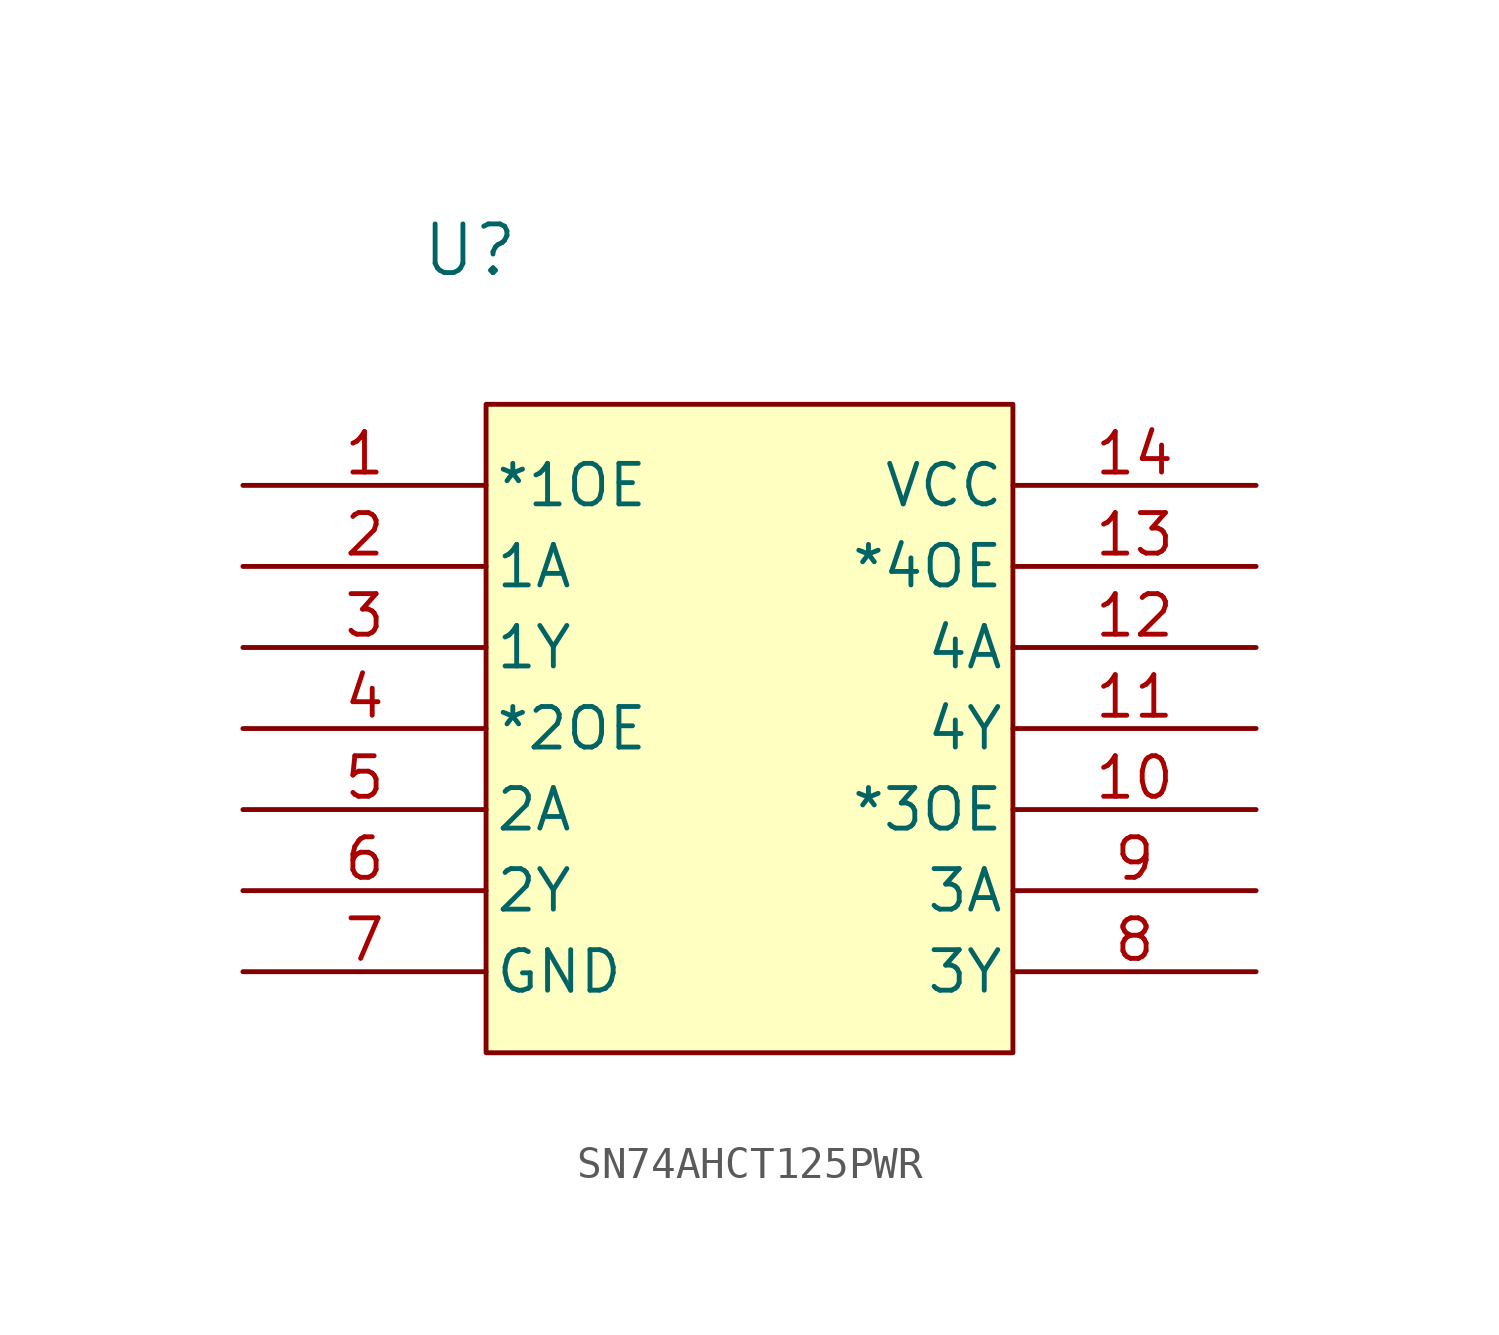
<source format=kicad_sym>
(kicad_symbol_lib
  (version 20231120)
  (generator "kicad_symbol_editor")
  (generator_version "8.0")
  (symbol "SN74AHCT125PWR"
    (pin_names
      (offset 0.254))
    (property "Reference" "U"
      (at -9.398 13.716 0)
      (effects (font (size 1.524 1.524))))
    (property "Value" ""
      (at -0.254 10.668 0)
      (effects (font (size 1.524 1.524))))
    (symbol "SN74AHCT125PWR_0_1"
      (pin input line (at -16.51 6.35 0) (length 7.62) (name "*1OE" (effects (font (size 1.27 1.27)))) (number "1" (effects (font (size 1.27 1.27)))))
      (pin input line (at 15.24 -3.81 180) (length 7.62) (name "*3OE" (effects (font (size 1.27 1.27)))) (number "10" (effects (font (size 1.27 1.27)))))
      (pin input line (at 15.24 1.27 180) (length 7.62) (name "4A" (effects (font (size 1.27 1.27)))) (number "12" (effects (font (size 1.27 1.27)))))
      (pin input line (at 15.24 3.81 180) (length 7.62) (name "*4OE" (effects (font (size 1.27 1.27)))) (number "13" (effects (font (size 1.27 1.27)))))
      (pin power_in line (at 15.24 6.35 180) (length 7.62) (name "VCC" (effects (font (size 1.27 1.27)))) (number "14" (effects (font (size 1.27 1.27)))))
      (pin input line (at -16.51 3.81 0) (length 7.62) (name "1A" (effects (font (size 1.27 1.27)))) (number "2" (effects (font (size 1.27 1.27)))))
      (pin input line (at -16.51 -1.27 0) (length 7.62) (name "*2OE" (effects (font (size 1.27 1.27)))) (number "4" (effects (font (size 1.27 1.27)))))
      (pin input line (at -16.51 -3.81 0) (length 7.62) (name "2A" (effects (font (size 1.27 1.27)))) (number "5" (effects (font (size 1.27 1.27)))))
      (pin power_in line (at -16.51 -8.89 0) (length 7.62) (name "GND" (effects (font (size 1.27 1.27)))) (number "7" (effects (font (size 1.27 1.27)))))
      (pin input line (at 15.24 -6.35 180) (length 7.62) (name "3A" (effects (font (size 1.27 1.27)))) (number "9" (effects (font (size 1.27 1.27))))))
    (symbol "SN74AHCT125PWR_1_1"
      (rectangle (start -8.89 8.89) (end 7.62 -11.43) (stroke (width 0) (type default)) (fill (type background)))
      (pin output line (at 15.24 -1.27 180) (length 7.62) (name "4Y" (effects (font (size 1.27 1.27)))) (number "11" (effects (font (size 1.27 1.27)))))
      (pin output line (at -16.51 1.27 0) (length 7.62) (name "1Y" (effects (font (size 1.27 1.27)))) (number "3" (effects (font (size 1.27 1.27)))))
      (pin output line (at -16.51 -6.35 0) (length 7.62) (name "2Y" (effects (font (size 1.27 1.27)))) (number "6" (effects (font (size 1.27 1.27)))))
      (pin output line (at 15.24 -8.89 180) (length 7.62) (name "3Y" (effects (font (size 1.27 1.27)))) (number "8" (effects (font (size 1.27 1.27))))))))
</source>
